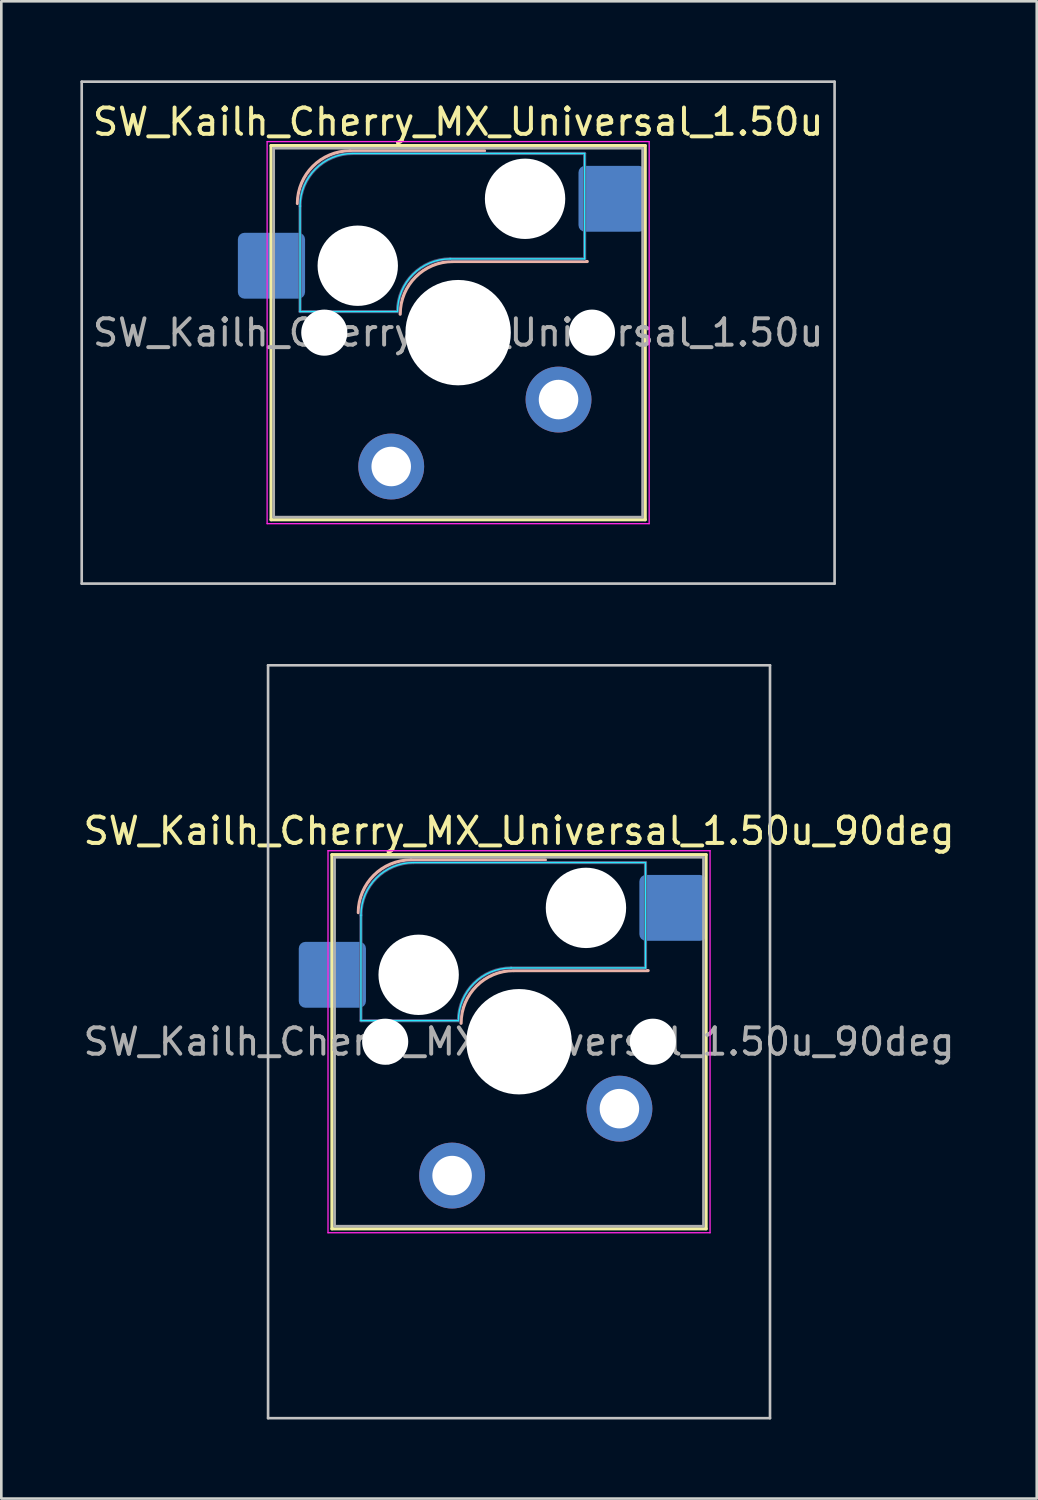
<source format=kicad_pcb>
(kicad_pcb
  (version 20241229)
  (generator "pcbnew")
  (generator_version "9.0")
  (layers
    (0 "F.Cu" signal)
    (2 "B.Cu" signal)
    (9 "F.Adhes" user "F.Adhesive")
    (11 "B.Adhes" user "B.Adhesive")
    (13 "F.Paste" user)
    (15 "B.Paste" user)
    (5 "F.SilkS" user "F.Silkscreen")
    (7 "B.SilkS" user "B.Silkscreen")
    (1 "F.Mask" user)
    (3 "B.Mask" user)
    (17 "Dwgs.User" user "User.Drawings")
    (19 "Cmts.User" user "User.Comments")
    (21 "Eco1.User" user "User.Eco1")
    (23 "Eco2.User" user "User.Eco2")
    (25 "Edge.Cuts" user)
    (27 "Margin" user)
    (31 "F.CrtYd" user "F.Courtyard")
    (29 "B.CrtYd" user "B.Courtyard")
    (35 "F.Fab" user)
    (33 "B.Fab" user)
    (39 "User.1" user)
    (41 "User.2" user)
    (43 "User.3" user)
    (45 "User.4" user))
  (footprint "SW_Kailh_Cherry_MX_Universal_1.50u_90deg"
    (layer "F.Cu")
    (at 16.649 36.487)
    (property "Reference" "SW_Kailh_Cherry_MX_Universal_1.50u_90deg" (at 0 -8 0) (layer "F.SilkS") (effects (font (size 1 1) (thickness 0.15))))
    (attr through_hole)
    (fp_line (start -7.1 -7.1) (end -7.1 7.1) (stroke (width 0.12) (type solid)) (layer "F.SilkS"))
    (fp_line (start -7.1 7.1) (end 7.1 7.1) (stroke (width 0.12) (type solid)) (layer "F.SilkS"))
    (fp_line (start 7.1 -7.1) (end -7.1 -7.1) (stroke (width 0.12) (type solid)) (layer "F.SilkS"))
    (fp_line (start 7.1 7.1) (end 7.1 -7.1) (stroke (width 0.12) (type solid)) (layer "F.SilkS"))
    (fp_line (start -4.1 -6.9) (end 1 -6.9) (stroke (width 0.12) (type solid)) (layer "B.SilkS"))
    (fp_line (start -0.2 -2.7) (end 4.9 -2.7) (stroke (width 0.12) (type solid)) (layer "B.SilkS"))
    (fp_arc (start -6.1 -4.9) (mid -5.514214 -6.314214) (end -4.1 -6.9) (stroke (width 0.12) (type solid)) (layer "B.SilkS"))
    (fp_arc (start -2.2 -0.7) (mid -1.614214 -2.114214) (end -0.2 -2.7) (stroke (width 0.12) (type solid)) (layer "B.SilkS"))
    (fp_line (start -9.525 -14.287) (end 9.525 -14.287) (stroke (width 0.1) (type solid)) (layer "Dwgs.User"))
    (fp_line (start -9.525 14.287) (end -9.525 -14.287) (stroke (width 0.1) (type solid)) (layer "Dwgs.User"))
    (fp_line (start 9.525 -14.287) (end 9.525 14.287) (stroke (width 0.1) (type solid)) (layer "Dwgs.User"))
    (fp_line (start 9.525 14.287) (end -9.525 14.287) (stroke (width 0.1) (type solid)) (layer "Dwgs.User"))
    (fp_line (start -7.8 -6) (end -7 -6) (stroke (width 0.1) (type solid)) (layer "Eco1.User"))
    (fp_line (start -7.8 -2.9) (end -7.8 -6) (stroke (width 0.1) (type solid)) (layer "Eco1.User"))
    (fp_line (start -7.8 2.9) (end -7 2.9) (stroke (width 0.1) (type solid)) (layer "Eco1.User"))
    (fp_line (start -7.8 6) (end -7.8 2.9) (stroke (width 0.1) (type solid)) (layer "Eco1.User"))
    (fp_line (start -7 -7) (end 7 -7) (stroke (width 0.1) (type solid)) (layer "Eco1.User"))
    (fp_line (start -7 -6) (end -7 -7) (stroke (width 0.1) (type solid)) (layer "Eco1.User"))
    (fp_line (start -7 -2.9) (end -7.8 -2.9) (stroke (width 0.1) (type solid)) (layer "Eco1.User"))
    (fp_line (start -7 2.9) (end -7 -2.9) (stroke (width 0.1) (type solid)) (layer "Eco1.User"))
    (fp_line (start -7 6) (end -7.8 6) (stroke (width 0.1) (type solid)) (layer "Eco1.User"))
    (fp_line (start -7 7) (end -7 6) (stroke (width 0.1) (type solid)) (layer "Eco1.User"))
    (fp_line (start 7 -7) (end 7 -6) (stroke (width 0.1) (type solid)) (layer "Eco1.User"))
    (fp_line (start 7 -6) (end 7.8 -6) (stroke (width 0.1) (type solid)) (layer "Eco1.User"))
    (fp_line (start 7 -2.9) (end 7 2.9) (stroke (width 0.1) (type solid)) (layer "Eco1.User"))
    (fp_line (start 7 2.9) (end 7.8 2.9) (stroke (width 0.1) (type solid)) (layer "Eco1.User"))
    (fp_line (start 7 6) (end 7 7) (stroke (width 0.1) (type solid)) (layer "Eco1.User"))
    (fp_line (start 7 7) (end -7 7) (stroke (width 0.1) (type solid)) (layer "Eco1.User"))
    (fp_line (start 7.8 -6) (end 7.8 -2.9) (stroke (width 0.1) (type solid)) (layer "Eco1.User"))
    (fp_line (start 7.8 -2.9) (end 7 -2.9) (stroke (width 0.1) (type solid)) (layer "Eco1.User"))
    (fp_line (start 7.8 2.9) (end 7.8 6) (stroke (width 0.1) (type solid)) (layer "Eco1.User"))
    (fp_line (start 7.8 6) (end 7 6) (stroke (width 0.1) (type solid)) (layer "Eco1.User"))
    (fp_line (start -6 -0.8) (end -6 -4.8) (stroke (width 0.05) (type solid)) (layer "B.CrtYd"))
    (fp_line (start -6 -0.8) (end -2.3 -0.8) (stroke (width 0.05) (type solid)) (layer "B.CrtYd"))
    (fp_line (start -4 -6.8) (end 4.8 -6.8) (stroke (width 0.05) (type solid)) (layer "B.CrtYd"))
    (fp_line (start -0.3 -2.8) (end 4.8 -2.8) (stroke (width 0.05) (type solid)) (layer "B.CrtYd"))
    (fp_line (start 4.8 -6.8) (end 4.8 -2.8) (stroke (width 0.05) (type solid)) (layer "B.CrtYd"))
    (fp_arc (start -6 -4.8) (mid -5.414214 -6.214214) (end -4 -6.8) (stroke (width 0.05) (type solid)) (layer "B.CrtYd"))
    (fp_arc (start -2.3 -0.8) (mid -1.714214 -2.214214) (end -0.3 -2.8) (stroke (width 0.05) (type solid)) (layer "B.CrtYd"))
    (fp_line (start -7.25 -7.25) (end -7.25 7.25) (stroke (width 0.05) (type solid)) (layer "F.CrtYd"))
    (fp_line (start -7.25 7.25) (end 7.25 7.25) (stroke (width 0.05) (type solid)) (layer "F.CrtYd"))
    (fp_line (start 7.25 -7.25) (end -7.25 -7.25) (stroke (width 0.05) (type solid)) (layer "F.CrtYd"))
    (fp_line (start 7.25 7.25) (end 7.25 -7.25) (stroke (width 0.05) (type solid)) (layer "F.CrtYd"))
    (fp_line (start -6 -0.8) (end -6 -4.8) (stroke (width 0.12) (type solid)) (layer "B.Fab"))
    (fp_line (start -6 -0.8) (end -2.3 -0.8) (stroke (width 0.12) (type solid)) (layer "B.Fab"))
    (fp_line (start -4 -6.8) (end 4.8 -6.8) (stroke (width 0.12) (type solid)) (layer "B.Fab"))
    (fp_line (start -0.3 -2.8) (end 4.8 -2.8) (stroke (width 0.12) (type solid)) (layer "B.Fab"))
    (fp_line (start 4.8 -6.8) (end 4.8 -2.8) (stroke (width 0.12) (type solid)) (layer "B.Fab"))
    (fp_arc (start -6 -4.8) (mid -5.414214 -6.214214) (end -4 -6.8) (stroke (width 0.12) (type solid)) (layer "B.Fab"))
    (fp_arc (start -2.3 -0.8) (mid -1.714214 -2.214214) (end -0.3 -2.8) (stroke (width 0.12) (type solid)) (layer "B.Fab"))
    (fp_line (start -7 -7) (end -7 7) (stroke (width 0.1) (type solid)) (layer "F.Fab"))
    (fp_line (start -7 7) (end 7 7) (stroke (width 0.1) (type solid)) (layer "F.Fab"))
    (fp_line (start 7 -7) (end -7 -7) (stroke (width 0.1) (type solid)) (layer "F.Fab"))
    (fp_line (start 7 7) (end 7 -7) (stroke (width 0.1) (type solid)) (layer "F.Fab"))
    (fp_text user "${REFERENCE}" (at 0 0 0) (layer "F.Fab") (effects (font (size 1 1) (thickness 0.15))))
    (pad "" np_thru_hole circle (at -5.08 0) (size 1.75 1.75) (drill 1.75) (layers "*.Cu" "*.Mask"))
    (pad "" np_thru_hole circle (at -3.81 -2.54) (size 3.05 3.05) (drill 3.05) (layers "*.Cu" "*.Mask"))
    (pad "" np_thru_hole circle (at 0 0) (size 4 4) (drill 4) (layers "*.Cu" "*.Mask"))
    (pad "" np_thru_hole circle (at 2.54 -5.08) (size 3.05 3.05) (drill 3.05) (layers "*.Cu" "*.Mask"))
    (pad "" np_thru_hole circle (at 5.08 0) (size 1.75 1.75) (drill 1.75) (layers "*.Cu" "*.Mask"))
    (pad "1" smd roundrect (at -7.085 -2.54) (size 2.55 2.5) (layers "B.Cu" "B.Mask" "B.Paste") (roundrect_rratio 0.1))
    (pad "1" thru_hole circle (at -2.54 5.08) (size 2.5 2.5) (drill 1.5) (layers "*.Cu" "*.Mask"))
    (pad "2" thru_hole circle (at 3.81 2.54) (size 2.5 2.5) (drill 1.5) (layers "*.Cu" "*.Mask"))
    (pad "2" smd roundrect (at 5.842 -5.08) (size 2.55 2.5) (layers "B.Cu" "B.Mask" "B.Paste") (roundrect_rratio 0.1)))
  (footprint "SW_Kailh_Cherry_MX_Universal_1.50u"
    (layer "F.Cu")
    (at 14.338 9.575)
    (property "Reference" "SW_Kailh_Cherry_MX_Universal_1.50u" (at 0 -8 0) (layer "F.SilkS") (effects (font (size 1 1) (thickness 0.15))))
    (attr through_hole)
    (fp_line (start -7.1 -7.1) (end -7.1 7.1) (stroke (width 0.12) (type solid)) (layer "F.SilkS"))
    (fp_line (start -7.1 7.1) (end 7.1 7.1) (stroke (width 0.12) (type solid)) (layer "F.SilkS"))
    (fp_line (start 7.1 -7.1) (end -7.1 -7.1) (stroke (width 0.12) (type solid)) (layer "F.SilkS"))
    (fp_line (start 7.1 7.1) (end 7.1 -7.1) (stroke (width 0.12) (type solid)) (layer "F.SilkS"))
    (fp_line (start -4.1 -6.9) (end 1 -6.9) (stroke (width 0.12) (type solid)) (layer "B.SilkS"))
    (fp_line (start -0.2 -2.7) (end 4.9 -2.7) (stroke (width 0.12) (type solid)) (layer "B.SilkS"))
    (fp_arc (start -6.1 -4.9) (mid -5.514214 -6.314214) (end -4.1 -6.9) (stroke (width 0.12) (type solid)) (layer "B.SilkS"))
    (fp_arc (start -2.2 -0.7) (mid -1.614214 -2.114214) (end -0.2 -2.7) (stroke (width 0.12) (type solid)) (layer "B.SilkS"))
    (fp_line (start -14.287 -9.525) (end -14.287 9.525) (stroke (width 0.1) (type solid)) (layer "Dwgs.User"))
    (fp_line (start -14.287 9.525) (end 14.287 9.525) (stroke (width 0.1) (type solid)) (layer "Dwgs.User"))
    (fp_line (start 14.287 -9.525) (end -14.287 -9.525) (stroke (width 0.1) (type solid)) (layer "Dwgs.User"))
    (fp_line (start 14.287 9.525) (end 14.287 -9.525) (stroke (width 0.1) (type solid)) (layer "Dwgs.User"))
    (fp_line (start -7.8 -6) (end -7 -6) (stroke (width 0.1) (type solid)) (layer "Eco1.User"))
    (fp_line (start -7.8 -2.9) (end -7.8 -6) (stroke (width 0.1) (type solid)) (layer "Eco1.User"))
    (fp_line (start -7.8 2.9) (end -7 2.9) (stroke (width 0.1) (type solid)) (layer "Eco1.User"))
    (fp_line (start -7.8 6) (end -7.8 2.9) (stroke (width 0.1) (type solid)) (layer "Eco1.User"))
    (fp_line (start -7 -7) (end 7 -7) (stroke (width 0.1) (type solid)) (layer "Eco1.User"))
    (fp_line (start -7 -6) (end -7 -7) (stroke (width 0.1) (type solid)) (layer "Eco1.User"))
    (fp_line (start -7 -2.9) (end -7.8 -2.9) (stroke (width 0.1) (type solid)) (layer "Eco1.User"))
    (fp_line (start -7 2.9) (end -7 -2.9) (stroke (width 0.1) (type solid)) (layer "Eco1.User"))
    (fp_line (start -7 6) (end -7.8 6) (stroke (width 0.1) (type solid)) (layer "Eco1.User"))
    (fp_line (start -7 7) (end -7 6) (stroke (width 0.1) (type solid)) (layer "Eco1.User"))
    (fp_line (start 7 -7) (end 7 -6) (stroke (width 0.1) (type solid)) (layer "Eco1.User"))
    (fp_line (start 7 -6) (end 7.8 -6) (stroke (width 0.1) (type solid)) (layer "Eco1.User"))
    (fp_line (start 7 -2.9) (end 7 2.9) (stroke (width 0.1) (type solid)) (layer "Eco1.User"))
    (fp_line (start 7 2.9) (end 7.8 2.9) (stroke (width 0.1) (type solid)) (layer "Eco1.User"))
    (fp_line (start 7 6) (end 7 7) (stroke (width 0.1) (type solid)) (layer "Eco1.User"))
    (fp_line (start 7 7) (end -7 7) (stroke (width 0.1) (type solid)) (layer "Eco1.User"))
    (fp_line (start 7.8 -6) (end 7.8 -2.9) (stroke (width 0.1) (type solid)) (layer "Eco1.User"))
    (fp_line (start 7.8 -2.9) (end 7 -2.9) (stroke (width 0.1) (type solid)) (layer "Eco1.User"))
    (fp_line (start 7.8 2.9) (end 7.8 6) (stroke (width 0.1) (type solid)) (layer "Eco1.User"))
    (fp_line (start 7.8 6) (end 7 6) (stroke (width 0.1) (type solid)) (layer "Eco1.User"))
    (fp_line (start -6 -0.8) (end -6 -4.8) (stroke (width 0.05) (type solid)) (layer "B.CrtYd"))
    (fp_line (start -6 -0.8) (end -2.3 -0.8) (stroke (width 0.05) (type solid)) (layer "B.CrtYd"))
    (fp_line (start -4 -6.8) (end 4.8 -6.8) (stroke (width 0.05) (type solid)) (layer "B.CrtYd"))
    (fp_line (start -0.3 -2.8) (end 4.8 -2.8) (stroke (width 0.05) (type solid)) (layer "B.CrtYd"))
    (fp_line (start 4.8 -6.8) (end 4.8 -2.8) (stroke (width 0.05) (type solid)) (layer "B.CrtYd"))
    (fp_arc (start -6 -4.8) (mid -5.414214 -6.214214) (end -4 -6.8) (stroke (width 0.05) (type solid)) (layer "B.CrtYd"))
    (fp_arc (start -2.3 -0.8) (mid -1.714214 -2.214214) (end -0.3 -2.8) (stroke (width 0.05) (type solid)) (layer "B.CrtYd"))
    (fp_line (start -7.25 -7.25) (end -7.25 7.25) (stroke (width 0.05) (type solid)) (layer "F.CrtYd"))
    (fp_line (start -7.25 7.25) (end 7.25 7.25) (stroke (width 0.05) (type solid)) (layer "F.CrtYd"))
    (fp_line (start 7.25 -7.25) (end -7.25 -7.25) (stroke (width 0.05) (type solid)) (layer "F.CrtYd"))
    (fp_line (start 7.25 7.25) (end 7.25 -7.25) (stroke (width 0.05) (type solid)) (layer "F.CrtYd"))
    (fp_line (start -6 -0.8) (end -6 -4.8) (stroke (width 0.12) (type solid)) (layer "B.Fab"))
    (fp_line (start -6 -0.8) (end -2.3 -0.8) (stroke (width 0.12) (type solid)) (layer "B.Fab"))
    (fp_line (start -4 -6.8) (end 4.8 -6.8) (stroke (width 0.12) (type solid)) (layer "B.Fab"))
    (fp_line (start -0.3 -2.8) (end 4.8 -2.8) (stroke (width 0.12) (type solid)) (layer "B.Fab"))
    (fp_line (start 4.8 -6.8) (end 4.8 -2.8) (stroke (width 0.12) (type solid)) (layer "B.Fab"))
    (fp_arc (start -6 -4.8) (mid -5.414214 -6.214214) (end -4 -6.8) (stroke (width 0.12) (type solid)) (layer "B.Fab"))
    (fp_arc (start -2.3 -0.8) (mid -1.714214 -2.214214) (end -0.3 -2.8) (stroke (width 0.12) (type solid)) (layer "B.Fab"))
    (fp_line (start -7 -7) (end -7 7) (stroke (width 0.1) (type solid)) (layer "F.Fab"))
    (fp_line (start -7 7) (end 7 7) (stroke (width 0.1) (type solid)) (layer "F.Fab"))
    (fp_line (start 7 -7) (end -7 -7) (stroke (width 0.1) (type solid)) (layer "F.Fab"))
    (fp_line (start 7 7) (end 7 -7) (stroke (width 0.1) (type solid)) (layer "F.Fab"))
    (fp_text user "${REFERENCE}" (at 0 0 0) (layer "F.Fab") (effects (font (size 1 1) (thickness 0.15))))
    (pad "" np_thru_hole circle (at -5.08 0) (size 1.75 1.75) (drill 1.75) (layers "*.Cu" "*.Mask"))
    (pad "" np_thru_hole circle (at -3.81 -2.54) (size 3.05 3.05) (drill 3.05) (layers "*.Cu" "*.Mask"))
    (pad "" np_thru_hole circle (at 0 0) (size 4 4) (drill 4) (layers "*.Cu" "*.Mask"))
    (pad "" np_thru_hole circle (at 2.54 -5.08) (size 3.05 3.05) (drill 3.05) (layers "*.Cu" "*.Mask"))
    (pad "" np_thru_hole circle (at 5.08 0) (size 1.75 1.75) (drill 1.75) (layers "*.Cu" "*.Mask"))
    (pad "1" smd roundrect (at -7.085 -2.54) (size 2.55 2.5) (layers "B.Cu" "B.Mask" "B.Paste") (roundrect_rratio 0.1))
    (pad "1" thru_hole circle (at -2.54 5.08) (size 2.5 2.5) (drill 1.5) (layers "*.Cu" "*.Mask"))
    (pad "2" thru_hole circle (at 3.81 2.54) (size 2.5 2.5) (drill 1.5) (layers "*.Cu" "*.Mask"))
    (pad "2" smd roundrect (at 5.842 -5.08) (size 2.55 2.5) (layers "B.Cu" "B.Mask" "B.Paste") (roundrect_rratio 0.1)))
  (gr_rect
    (start -3 -3)
    (end 36.298 53.825)
    (stroke (width 0.1) (type default))
    (fill no)
    (layer "Edge.Cuts")))
</source>
